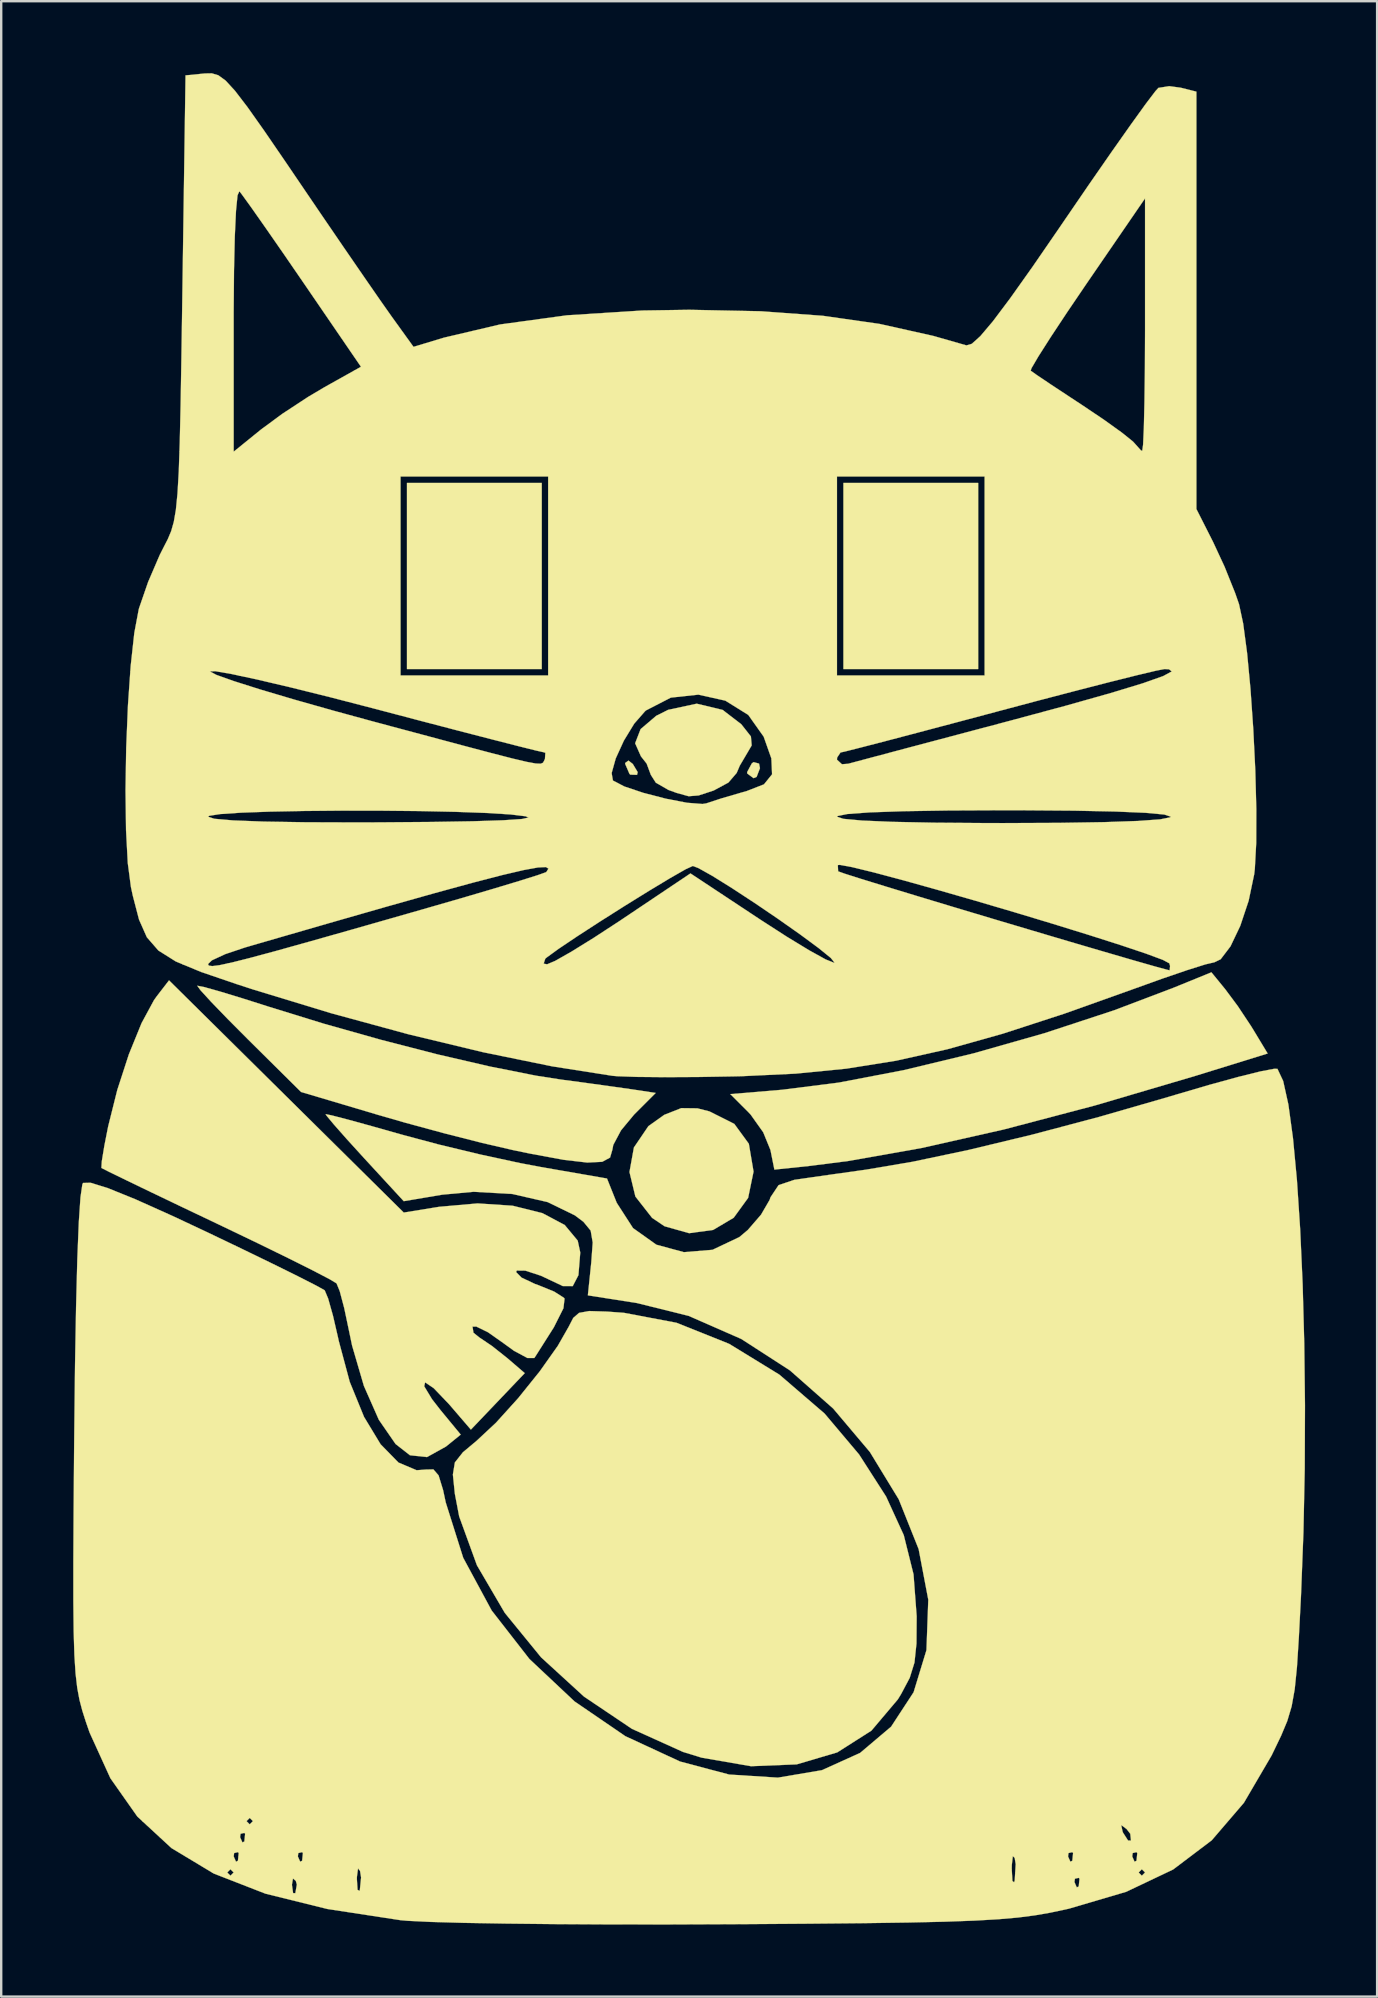
<source format=kicad_pcb>
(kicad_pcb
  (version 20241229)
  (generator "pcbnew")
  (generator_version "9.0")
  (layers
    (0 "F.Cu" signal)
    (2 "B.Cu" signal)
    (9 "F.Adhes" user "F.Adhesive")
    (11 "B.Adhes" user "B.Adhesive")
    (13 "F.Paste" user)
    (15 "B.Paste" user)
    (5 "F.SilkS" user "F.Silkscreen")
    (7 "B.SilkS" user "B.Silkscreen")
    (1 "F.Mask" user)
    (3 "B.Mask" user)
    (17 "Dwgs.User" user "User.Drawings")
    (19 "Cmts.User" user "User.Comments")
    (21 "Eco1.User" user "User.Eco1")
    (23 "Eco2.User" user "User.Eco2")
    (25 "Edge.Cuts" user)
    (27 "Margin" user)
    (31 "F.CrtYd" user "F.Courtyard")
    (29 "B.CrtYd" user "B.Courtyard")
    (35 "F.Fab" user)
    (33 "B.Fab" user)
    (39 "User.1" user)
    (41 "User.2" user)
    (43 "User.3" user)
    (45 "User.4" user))
  (footprint "pawprint"
    (layer "F.Cu")
    (at 25.667 38.457)
    (property "Reference" "pawprint" (at 0 0 0) (layer "F.SilkS") (effects (font (size 1.524 1.524) (thickness 0.3))))
    (attr through_hole)
    (fp_poly (pts (xy -6.149 -13.636) (xy -11.764 -13.636) (xy -11.764 -21.389) (xy -6.149 -21.389) (xy -6.149 -13.636)) (stroke (width 0.01) (type solid)) (fill yes) (layer "F.SilkS"))
    (fp_poly (pts (xy 12.032 -13.636) (xy 6.417 -13.636) (xy 6.417 -21.389) (xy 12.032 -21.389) (xy 12.032 -13.636)) (stroke (width 0.01) (type solid)) (fill yes) (layer "F.SilkS"))
    (fp_poly (pts (xy -2.357 -9.683) (xy -2.153 -9.343) (xy -2.179 -9.229) (xy -2.458 -9.237) (xy -2.495 -9.269) (xy -2.672 -9.68) (xy -2.674 -9.723) (xy -2.538 -9.823) (xy -2.357 -9.683)) (stroke (width 0.01) (type solid)) (fill yes) (layer "F.SilkS"))
    (fp_poly (pts (xy 2.903 -9.698) (xy 2.941 -9.507) (xy 2.801 -9.142) (xy 2.674 -9.091) (xy 2.414 -9.282) (xy 2.406 -9.342) (xy 2.601 -9.704) (xy 2.674 -9.759) (xy 2.903 -9.698)) (stroke (width 0.01) (type solid)) (fill yes) (layer "F.SilkS"))
    (fp_poly (pts (xy 0.333 4.663) (xy 0.836 4.791) (xy 1.873 5.312) (xy 2.478 6.14) (xy 2.674 7.299) (xy 2.448 8.393) (xy 1.848 9.22) (xy 0.99 9.729) (xy -0.009 9.865) (xy -1.033 9.576) (xy -1.552 9.227) (xy -2.248 8.338) (xy -2.495 7.316) (xy -2.31 6.294) (xy -1.707 5.405) (xy -1.047 4.935) (xy -0.338 4.655) (xy 0.333 4.663)) (stroke (width 0.01) (type solid)) (fill yes) (layer "F.SilkS"))
    (fp_poly (pts (xy 1.386 -11.934) (xy 2.163 -11.337) (xy 2.564 -10.828) (xy 2.596 -10.455) (xy 2.456 -10.215) (xy 2.1 -9.611) (xy 1.971 -9.308) (xy 1.627 -8.908) (xy 1.012 -8.576) (xy 1.003 -8.573) (xy 0.386 -8.371) (xy -0.03 -8.338) (xy -0.53 -8.476) (xy -0.869 -8.599) (xy -1.397 -8.902) (xy -1.604 -9.227) (xy -1.779 -9.696) (xy -2.018 -10.001) (xy -2.259 -10.544) (xy -2.031 -11.134) (xy -1.381 -11.688) (xy -0.887 -11.936) (xy 0.307 -12.193) (xy 1.386 -11.934)) (stroke (width 0.01) (type solid)) (fill yes) (layer "F.SilkS"))
    (fp_poly (pts (xy 22.321 -0.301) (xy 22.845 0.403) (xy 23.399 1.238) (xy 23.493 1.39) (xy 24.09 2.379) (xy 21.069 3.314) (xy 16.913 4.539) (xy 13.098 5.544) (xy 9.659 6.319) (xy 6.633 6.855) (xy 5.046 7.058) (xy 3.542 7.216) (xy 3.378 6.398) (xy 3.076 5.66) (xy 2.549 4.919) (xy 2.46 4.825) (xy 1.706 4.071) (xy 3.861 3.89) (xy 6.224 3.591) (xy 8.924 3.074) (xy 11.827 2.376) (xy 14.797 1.532) (xy 17.7 0.577) (xy 20.165 -0.358) (xy 21.747 -1.003) (xy 22.321 -0.301)) (stroke (width 0.01) (type solid)) (fill yes) (layer "F.SilkS"))
    (fp_poly (pts (xy -20.234 -0.394) (xy -19.564 -0.207) (xy -18.592 0.089) (xy -17.501 0.436) (xy -15.216 1.141) (xy -12.834 1.812) (xy -10.483 2.418) (xy -8.291 2.925) (xy -6.387 3.303) (xy -5.347 3.465) (xy -4.186 3.621) (xy -3.13 3.767) (xy -2.366 3.876) (xy -2.239 3.895) (xy -1.402 4.022) (xy -2.305 4.926) (xy -2.846 5.579) (xy -3.169 6.186) (xy -3.208 6.39) (xy -3.303 6.714) (xy -3.63 6.891) (xy -4.253 6.922) (xy -5.236 6.808) (xy -6.644 6.548) (xy -7.353 6.401) (xy -8.626 6.106) (xy -10.188 5.709) (xy -11.818 5.267) (xy -12.967 4.936) (xy -16.176 3.982) (xy -18.373 1.805) (xy -19.23 0.944) (xy -19.919 0.231) (xy -20.365 -0.257) (xy -20.5 -0.444) (xy -20.234 -0.394)) (stroke (width 0.01) (type solid)) (fill yes) (layer "F.SilkS"))
    (fp_poly (pts (xy -3.438 13.13) (xy -2.726 13.182) (xy -0.532 13.597) (xy 1.661 14.476) (xy 3.75 15.757) (xy 5.633 17.378) (xy 7.071 19.083) (xy 8.195 20.834) (xy 8.932 22.444) (xy 9.338 24.074) (xy 9.469 25.821) (xy 9.461 26.957) (xy 9.378 27.75) (xy 9.179 28.389) (xy 8.82 29.065) (xy 8.685 29.285) (xy 7.584 30.587) (xy 6.161 31.493) (xy 4.472 31.992) (xy 2.569 32.069) (xy 0.508 31.712) (xy -0.267 31.473) (xy -2.393 30.512) (xy -4.387 29.171) (xy -6.177 27.533) (xy -7.689 25.681) (xy -8.85 23.697) (xy -9.589 21.664) (xy -9.769 20.72) (xy -9.851 19.919) (xy -9.769 19.416) (xy -9.434 18.991) (xy -8.864 18.514) (xy -8.052 17.756) (xy -7.132 16.738) (xy -6.232 15.619) (xy -5.481 14.558) (xy -5.03 13.767) (xy -4.837 13.393) (xy -4.596 13.184) (xy -4.174 13.108) (xy -3.438 13.13)) (stroke (width 0.01) (type solid)) (fill yes) (layer "F.SilkS"))
    (fp_poly (pts (xy -16.787 4.168) (xy -11.898 9.005) (xy -10.427 8.766) (xy -8.821 8.624) (xy -7.359 8.721) (xy -6.123 9.029) (xy -5.193 9.522) (xy -4.651 10.175) (xy -4.545 10.669) (xy -4.621 11.613) (xy -4.858 12.069) (xy -5.274 12.067) (xy -5.356 12.027) (xy -6.178 11.639) (xy -6.83 11.425) (xy -7.187 11.421) (xy -7.219 11.483) (xy -6.991 11.715) (xy -6.429 11.98) (xy -6.287 12.03) (xy -5.63 12.298) (xy -5.226 12.556) (xy -5.199 12.591) (xy -5.246 12.992) (xy -5.645 13.785) (xy -6.398 14.974) (xy -6.459 15.064) (xy -6.749 15.063) (xy -7.309 14.762) (xy -7.741 14.448) (xy -8.391 13.99) (xy -8.875 13.754) (xy -9.034 13.757) (xy -8.993 14.013) (xy -8.753 14.205) (xy -8.226 14.56) (xy -7.596 15.06) (xy -7.571 15.08) (xy -6.857 15.694) (xy -7.979 16.871) (xy -9.101 18.047) (xy -10.015 16.984) (xy -10.653 16.318) (xy -11.009 16.079) (xy -11.045 16.242) (xy -10.722 16.777) (xy -10.37 17.23) (xy -9.525 18.255) (xy -10.14 18.753) (xy -10.93 19.191) (xy -11.64 19.115) (xy -12.239 18.646) (xy -12.936 17.637) (xy -13.558 16.227) (xy -14.05 14.546) (xy -14.184 13.903) (xy -14.378 12.983) (xy -14.565 12.278) (xy -14.697 11.956) (xy -14.986 11.781) (xy -15.682 11.418) (xy -16.709 10.904) (xy -17.989 10.278) (xy -19.447 9.578) (xy -19.656 9.478) (xy -21.12 8.781) (xy -22.409 8.164) (xy -23.449 7.662) (xy -24.166 7.313) (xy -24.484 7.151) (xy -24.493 7.145) (xy -24.477 6.872) (xy -24.37 6.221) (xy -24.211 5.415) (xy -23.831 3.896) (xy -23.348 2.411) (xy -22.82 1.114) (xy -22.303 0.158) (xy -22.191 0) (xy -21.676 -0.668) (xy -16.787 4.168)) (stroke (width 0.01) (type solid)) (fill yes) (layer "F.SilkS"))
    (fp_poly (pts (xy 24.499 3.02) (xy 24.737 3.526) (xy 24.954 4.507) (xy 25.145 5.903) (xy 25.31 7.655) (xy 25.445 9.704) (xy 25.548 11.99) (xy 25.615 14.454) (xy 25.645 17.036) (xy 25.635 19.677) (xy 25.581 22.318) (xy 25.482 24.899) (xy 25.476 25.031) (xy 25.39 26.699) (xy 25.311 27.941) (xy 25.217 28.864) (xy 25.089 29.577) (xy 24.907 30.187) (xy 24.65 30.801) (xy 24.299 31.529) (xy 24.25 31.629) (xy 23.1 33.594) (xy 21.761 35.155) (xy 20.153 36.371) (xy 18.199 37.3) (xy 15.82 38.001) (xy 15.654 38.039) (xy 15.024 38.172) (xy 14.39 38.282) (xy 13.692 38.372) (xy 12.875 38.444) (xy 11.88 38.501) (xy 10.649 38.546) (xy 9.126 38.58) (xy 7.252 38.607) (xy 4.97 38.629) (xy 2.223 38.648) (xy 1.604 38.651) (xy -0.924 38.661) (xy -3.358 38.659) (xy -5.628 38.646) (xy -7.669 38.624) (xy -9.412 38.594) (xy -10.79 38.555) (xy -11.735 38.509) (xy -12.032 38.483) (xy -15.082 38.016) (xy -17.661 37.378) (xy -18.611 37.008) (xy -16.556 37.008) (xy -16.507 37.355) (xy -16.415 37.359) (xy -16.351 37.001) (xy -16.394 36.847) (xy -16.492 36.763) (xy -13.851 36.763) (xy -13.822 37.22) (xy -13.738 37.26) (xy -13.728 37.236) (xy -13.675 36.705) (xy -13.718 36.434) (xy -13.774 36.362) (xy 13.43 36.362) (xy 13.458 36.849) (xy 13.528 36.906) (xy 13.531 36.897) (xy 16.042 36.897) (xy 16.14 37.117) (xy 16.22 37.075) (xy 16.252 36.758) (xy 16.22 36.719) (xy 16.061 36.755) (xy 16.042 36.897) (xy 13.531 36.897) (xy 13.553 36.83) (xy 13.573 36.496) (xy 18.716 36.496) (xy 18.849 36.629) (xy 18.983 36.496) (xy 18.849 36.362) (xy 18.716 36.496) (xy 13.573 36.496) (xy 13.594 36.152) (xy 13.553 35.894) (xy 13.49 35.827) (xy 15.775 35.827) (xy 15.873 36.047) (xy 15.953 36.006) (xy 15.971 35.827) (xy 18.448 35.827) (xy 18.546 36.047) (xy 18.627 36.006) (xy 18.659 35.688) (xy 18.627 35.649) (xy 18.468 35.686) (xy 18.448 35.827) (xy 15.971 35.827) (xy 15.985 35.688) (xy 15.953 35.649) (xy 15.794 35.686) (xy 15.775 35.827) (xy 13.49 35.827) (xy 13.475 35.811) (xy 13.433 36.181) (xy 13.43 36.362) (xy -13.774 36.362) (xy -13.803 36.325) (xy -13.849 36.68) (xy -13.851 36.763) (xy -16.492 36.763) (xy -16.513 36.745) (xy -16.556 37.008) (xy -18.611 37.008) (xy -19.811 36.541) (xy -19.886 36.496) (xy -19.251 36.496) (xy -19.117 36.629) (xy -18.983 36.496) (xy -19.117 36.362) (xy -19.251 36.496) (xy -19.886 36.496) (xy -20.997 35.827) (xy -18.983 35.827) (xy -18.885 36.047) (xy -18.805 36.006) (xy -18.787 35.827) (xy -16.309 35.827) (xy -16.212 36.047) (xy -16.131 36.006) (xy -16.099 35.688) (xy -16.131 35.649) (xy -16.29 35.686) (xy -16.309 35.827) (xy -18.787 35.827) (xy -18.773 35.688) (xy -18.805 35.649) (xy -18.964 35.686) (xy -18.983 35.827) (xy -20.997 35.827) (xy -21.575 35.479) (xy -22.066 35.025) (xy -18.716 35.025) (xy -18.618 35.245) (xy -18.538 35.204) (xy -18.506 34.886) (xy -18.538 34.847) (xy -18.696 34.884) (xy -18.716 35.025) (xy -22.066 35.025) (xy -22.615 34.518) (xy 17.989 34.518) (xy 18.046 34.786) (xy 18.065 34.836) (xy 18.276 35.164) (xy 18.397 35.166) (xy 18.367 34.883) (xy 18.214 34.687) (xy 17.989 34.518) (xy -22.615 34.518) (xy -22.789 34.357) (xy -18.448 34.357) (xy -18.315 34.491) (xy -18.181 34.357) (xy -18.315 34.223) (xy -18.448 34.357) (xy -22.789 34.357) (xy -22.997 34.164) (xy -24.119 32.569) (xy -24.985 30.667) (xy -25.141 30.217) (xy -25.288 29.756) (xy -25.406 29.306) (xy -25.499 28.81) (xy -25.569 28.208) (xy -25.618 27.443) (xy -25.648 26.454) (xy -25.662 25.182) (xy -25.662 23.571) (xy -25.651 21.559) (xy -25.632 19.089) (xy -25.624 18.266) (xy -25.592 15.384) (xy -25.548 12.934) (xy -25.496 10.934) (xy -25.434 9.405) (xy -25.364 8.365) (xy -25.287 7.834) (xy -25.258 7.772) (xy -24.941 7.764) (xy -24.223 7.987) (xy -23.085 8.448) (xy -21.508 9.156) (xy -20.178 9.78) (xy -18.698 10.488) (xy -17.384 11.126) (xy -16.313 11.655) (xy -15.561 12.038) (xy -15.204 12.236) (xy -15.189 12.248) (xy -15.048 12.585) (xy -14.847 13.298) (xy -14.629 14.241) (xy -14.609 14.338) (xy -14.148 16.057) (xy -13.552 17.517) (xy -12.862 18.658) (xy -12.118 19.419) (xy -11.362 19.739) (xy -10.975 19.711) (xy -10.663 19.704) (xy -10.447 19.953) (xy -10.259 20.566) (xy -10.148 21.084) (xy -9.421 23.387) (xy -8.235 25.583) (xy -6.664 27.601) (xy -4.783 29.37) (xy -2.666 30.818) (xy -0.387 31.874) (xy 1.656 32.416) (xy 3.687 32.545) (xy 5.523 32.234) (xy 7.113 31.515) (xy 8.404 30.422) (xy 9.341 28.989) (xy 9.872 27.249) (xy 9.877 27.222) (xy 9.953 25.134) (xy 9.551 23.024) (xy 8.723 20.952) (xy 7.52 18.98) (xy 5.991 17.169) (xy 4.189 15.58) (xy 2.165 14.272) (xy -0.032 13.309) (xy -2.181 12.775) (xy -4.228 12.454) (xy -4.086 11.081) (xy -4.026 10.253) (xy -4.111 9.757) (xy -4.411 9.392) (xy -4.77 9.121) (xy -5.907 8.568) (xy -7.37 8.232) (xy -8.989 8.14) (xy -10.294 8.26) (xy -11.898 8.531) (xy -13.548 6.74) (xy -14.266 5.951) (xy -14.815 5.329) (xy -15.118 4.964) (xy -15.152 4.905) (xy -14.893 4.958) (xy -14.223 5.132) (xy -13.241 5.402) (xy -12.05 5.739) (xy -12.032 5.744) (xy -10.454 6.167) (xy -8.706 6.587) (xy -7.048 6.945) (xy -6.194 7.107) (xy -3.431 7.587) (xy -3.025 8.601) (xy -2.348 9.651) (xy -1.375 10.344) (xy -0.229 10.655) (xy 0.964 10.557) (xy 2.082 10.027) (xy 2.436 9.73) (xy 2.986 9.093) (xy 3.343 8.479) (xy 3.379 8.37) (xy 3.716 7.864) (xy 4.372 7.642) (xy 5.044 7.545) (xy 6.046 7.402) (xy 7.179 7.243) (xy 7.353 7.219) (xy 9.297 6.889) (xy 11.634 6.396) (xy 14.26 5.765) (xy 17.068 5.021) (xy 19.951 4.189) (xy 20.258 4.097) (xy 21.651 3.688) (xy 22.86 3.356) (xy 23.795 3.124) (xy 24.367 3.015) (xy 24.499 3.02)) (stroke (width 0.01) (type solid)) (fill yes) (layer "F.SilkS"))
    (fp_poly (pts (xy -19.621 -38.371) (xy -19.315 -38.147) (xy -18.928 -37.725) (xy -18.409 -37.048) (xy -17.711 -36.061) (xy -16.785 -34.709) (xy -16.328 -34.035) (xy -15.336 -32.575) (xy -14.384 -31.182) (xy -13.536 -29.949) (xy -12.856 -28.967) (xy -12.407 -28.329) (xy -12.387 -28.301) (xy -11.491 -27.058) (xy -10.224 -27.441) (xy -7.881 -27.992) (xy -5.102 -28.372) (xy -1.96 -28.572) (xy 0 -28.602) (xy 2.977 -28.541) (xy 5.569 -28.351) (xy 7.918 -28.015) (xy 10.161 -27.514) (xy 11.542 -27.119) (xy 11.765 -27.184) (xy 12.122 -27.505) (xy 12.643 -28.121) (xy 13.356 -29.07) (xy 14.294 -30.391) (xy 15.484 -32.121) (xy 15.625 -32.328) (xy 16.651 -33.827) (xy 17.588 -35.178) (xy 18.391 -36.317) (xy 19.015 -37.183) (xy 19.416 -37.711) (xy 19.539 -37.846) (xy 19.991 -37.918) (xy 20.469 -37.853) (xy 21.122 -37.689) (xy 21.122 -20.302) (xy 21.815 -18.934) (xy 22.297 -17.896) (xy 22.735 -16.805) (xy 22.898 -16.336) (xy 23.071 -15.528) (xy 23.233 -14.31) (xy 23.375 -12.804) (xy 23.491 -11.136) (xy 23.575 -9.429) (xy 23.618 -7.807) (xy 23.614 -6.395) (xy 23.556 -5.315) (xy 23.53 -5.088) (xy 23.298 -3.983) (xy 22.95 -2.94) (xy 22.543 -2.086) (xy 22.133 -1.547) (xy 21.875 -1.422) (xy 21.496 -1.333) (xy 20.731 -1.092) (xy 19.693 -0.737) (xy 18.582 -0.337) (xy 15.63 0.716) (xy 13.053 1.555) (xy 10.748 2.202) (xy 8.612 2.679) (xy 6.54 3.01) (xy 4.431 3.218) (xy 2.179 3.325) (xy 1.872 3.332) (xy 0.357 3.358) (xy -1.039 3.365) (xy -2.196 3.354) (xy -2.995 3.326) (xy -3.208 3.308) (xy -5.715 2.914) (xy -8.586 2.327) (xy -11.7 1.579) (xy -14.934 0.698) (xy -18.167 -0.286) (xy -18.849 -0.508) (xy -20.334 -1.015) (xy -21.131 -1.346) (xy -20.053 -1.346) (xy -20.016 -1.282) (xy -19.872 -1.262) (xy -19.572 -1.3) (xy -19.276 -1.364) (xy -6.07 -1.364) (xy -5.927 -1.337) (xy -5.59 -1.479) (xy -4.908 -1.867) (xy -3.978 -2.443) (xy -2.894 -3.15) (xy -2.776 -3.23) (xy 0.046 -5.123) (xy 2.969 -3.19) (xy 4.064 -2.484) (xy 4.997 -1.917) (xy 5.678 -1.54) (xy 6.023 -1.403) (xy 6.044 -1.409) (xy 5.893 -1.6) (xy 5.388 -2.01) (xy 4.626 -2.573) (xy 3.705 -3.222) (xy 2.722 -3.89) (xy 1.774 -4.511) (xy 0.96 -5.018) (xy 0.377 -5.345) (xy 0.143 -5.433) (xy -0.157 -5.295) (xy -0.798 -4.929) (xy -1.676 -4.4) (xy -2.685 -3.775) (xy -3.721 -3.119) (xy -4.678 -2.498) (xy -5.451 -1.979) (xy -5.936 -1.626) (xy -6.002 -1.57) (xy -6.07 -1.364) (xy -19.276 -1.364) (xy -19.066 -1.409) (xy -18.305 -1.601) (xy -17.239 -1.888) (xy -15.82 -2.284) (xy -13.997 -2.8) (xy -11.722 -3.45) (xy -11.125 -3.621) (xy -9.567 -4.07) (xy -8.192 -4.475) (xy -7.081 -4.81) (xy -6.314 -5.051) (xy -5.97 -5.174) (xy -5.96 -5.18) (xy -5.87 -5.321) (xy -5.974 -5.387) (xy -6.306 -5.371) (xy -6.9 -5.263) (xy -7.792 -5.055) (xy -9.016 -4.738) (xy -10.607 -4.303) (xy -12.6 -3.742) (xy -15.029 -3.046) (xy -17.929 -2.207) (xy -18.515 -2.036) (xy -19.33 -1.762) (xy -19.888 -1.504) (xy -20.053 -1.346) (xy -21.131 -1.346) (xy -21.394 -1.455) (xy -22.119 -1.911) (xy -22.6 -2.464) (xy -22.925 -3.197) (xy -23.184 -4.191) (xy -23.263 -4.556) (xy -23.383 -5.471) (xy 6.184 -5.471) (xy 6.198 -5.21) (xy 6.199 -5.209) (xy 6.467 -5.113) (xy 7.166 -4.891) (xy 8.215 -4.568) (xy 9.532 -4.167) (xy 11.036 -3.713) (xy 12.645 -3.231) (xy 14.277 -2.745) (xy 15.851 -2.278) (xy 17.286 -1.857) (xy 18.498 -1.504) (xy 19.408 -1.244) (xy 19.933 -1.102) (xy 20.008 -1.086) (xy 20.025 -1.268) (xy 19.994 -1.378) (xy 19.726 -1.521) (xy 19.025 -1.781) (xy 17.973 -2.134) (xy 16.654 -2.555) (xy 15.148 -3.021) (xy 13.538 -3.507) (xy 11.906 -3.988) (xy 10.332 -4.44) (xy 8.9 -4.84) (xy 7.692 -5.162) (xy 6.788 -5.383) (xy 6.272 -5.478) (xy 6.184 -5.471) (xy -23.383 -5.471) (xy -23.394 -5.548) (xy -23.467 -6.932) (xy -23.474 -7.486) (xy -20.053 -7.486) (xy -19.789 -7.399) (xy -19.009 -7.331) (xy -17.732 -7.282) (xy -15.976 -7.254) (xy -13.76 -7.247) (xy -12.901 -7.25) (xy -10.733 -7.267) (xy -9.009 -7.296) (xy -7.75 -7.337) (xy -6.973 -7.389) (xy -6.698 -7.452) (xy -6.781 -7.486) (xy 6.149 -7.486) (xy 6.413 -7.397) (xy 7.19 -7.325) (xy 8.457 -7.271) (xy 10.195 -7.236) (xy 12.38 -7.22) (xy 13.101 -7.219) (xy 15.413 -7.229) (xy 17.284 -7.259) (xy 18.691 -7.308) (xy 19.614 -7.375) (xy 20.03 -7.459) (xy 20.053 -7.486) (xy 19.789 -7.575) (xy 19.012 -7.647) (xy 17.745 -7.701) (xy 16.008 -7.737) (xy 13.822 -7.753) (xy 13.101 -7.754) (xy 10.789 -7.744) (xy 8.918 -7.714) (xy 7.511 -7.665) (xy 6.588 -7.598) (xy 6.172 -7.514) (xy 6.149 -7.486) (xy -6.781 -7.486) (xy -6.818 -7.502) (xy -7.447 -7.579) (xy -8.452 -7.641) (xy -9.745 -7.688) (xy -11.239 -7.72) (xy -12.846 -7.736) (xy -14.481 -7.738) (xy -16.054 -7.724) (xy -17.48 -7.696) (xy -18.672 -7.653) (xy -19.541 -7.595) (xy -20.002 -7.523) (xy -20.053 -7.486) (xy -23.474 -7.486) (xy -23.488 -8.577) (xy -23.477 -9.301) (xy -3.238 -9.301) (xy -3.184 -8.992) (xy -2.706 -8.743) (xy -1.908 -8.476) (xy -0.977 -8.235) (xy -0.097 -8.066) (xy 0.545 -8.015) (xy 0.702 -8.04) (xy 1.326 -8.245) (xy 2.162 -8.489) (xy 2.373 -8.547) (xy 3.108 -8.833) (xy 3.445 -9.251) (xy 3.419 -9.861) (xy 6.149 -9.861) (xy 6.356 -9.671) (xy 6.617 -9.691) (xy 6.999 -9.793) (xy 7.82 -10.012) (xy 9.003 -10.327) (xy 10.471 -10.716) (xy 12.147 -11.161) (xy 13.368 -11.485) (xy 15.72 -12.119) (xy 17.559 -12.638) (xy 18.896 -13.045) (xy 19.738 -13.343) (xy 20.096 -13.537) (xy 19.979 -13.627) (xy 19.795 -13.636) (xy 19.445 -13.569) (xy 18.654 -13.381) (xy 17.494 -13.091) (xy 16.041 -12.717) (xy 14.368 -12.279) (xy 12.937 -11.898) (xy 11.157 -11.423) (xy 9.552 -10.998) (xy 8.193 -10.64) (xy 7.15 -10.37) (xy 6.495 -10.204) (xy 6.297 -10.16) (xy 6.156 -9.95) (xy 6.149 -9.861) (xy 3.419 -9.861) (xy 3.417 -9.909) (xy 3.096 -10.819) (xy 2.453 -11.726) (xy 1.498 -12.32) (xy 0.376 -12.57) (xy -0.771 -12.446) (xy -1.8 -11.917) (xy -1.846 -11.878) (xy -2.297 -11.362) (xy -2.729 -10.653) (xy -3.067 -9.913) (xy -3.238 -9.301) (xy -23.477 -9.301) (xy -23.46 -10.351) (xy -23.387 -12.124) (xy -23.289 -13.537) (xy -19.975 -13.537) (xy -19.975 -13.536) (xy -19.701 -13.392) (xy -18.979 -13.135) (xy -17.878 -12.786) (xy -16.469 -12.368) (xy -14.82 -11.901) (xy -13.215 -11.463) (xy -11.125 -10.903) (xy -9.494 -10.466) (xy -8.263 -10.14) (xy -7.377 -9.912) (xy -6.775 -9.77) (xy -6.4 -9.701) (xy -6.194 -9.693) (xy -6.099 -9.732) (xy -6.057 -9.806) (xy -6.016 -9.893) (xy -5.999 -10.147) (xy -6.067 -10.17) (xy -6.373 -10.238) (xy -7.127 -10.426) (xy -8.257 -10.715) (xy -9.695 -11.087) (xy -11.371 -11.525) (xy -13.177 -12.001) (xy -14.996 -12.472) (xy -16.628 -12.877) (xy -18.008 -13.201) (xy -19.069 -13.429) (xy -19.747 -13.546) (xy -19.975 -13.537) (xy -23.289 -13.537) (xy -23.273 -13.764) (xy -23.122 -15.142) (xy -22.937 -16.126) (xy -22.923 -16.176) (xy -22.546 -17.266) (xy -22.063 -18.389) (xy -21.898 -18.716) (xy -21.726 -19.05) (xy -21.587 -19.38) (xy -21.477 -19.768) (xy -21.39 -20.271) (xy -21.323 -20.951) (xy -21.282 -21.657) (xy -12.032 -21.657) (xy -12.032 -13.368) (xy -5.882 -13.368) (xy -5.882 -21.657) (xy 6.149 -21.657) (xy 6.149 -13.368) (xy 12.299 -13.368) (xy 12.299 -21.657) (xy 6.149 -21.657) (xy -5.882 -21.657) (xy -12.032 -21.657) (xy -21.282 -21.657) (xy -21.27 -21.865) (xy -21.229 -23.074) (xy -21.193 -24.638) (xy -21.16 -26.615) (xy -21.135 -28.243) (xy -18.983 -28.243) (xy -18.983 -22.691) (xy -17.847 -23.612) (xy -16.956 -24.269) (xy -15.88 -24.975) (xy -15.195 -25.381) (xy -13.969 -26.067) (xy 14.217 -26.067) (xy 14.468 -25.889) (xy 15.061 -25.49) (xy 15.892 -24.942) (xy 16.347 -24.643) (xy 17.271 -24.022) (xy 18.02 -23.484) (xy 18.482 -23.112) (xy 18.566 -23.02) (xy 18.811 -22.746) (xy 18.865 -22.726) (xy 18.901 -22.98) (xy 18.933 -23.688) (xy 18.958 -24.769) (xy 18.976 -26.143) (xy 18.983 -27.729) (xy 18.983 -27.985) (xy 18.983 -33.243) (xy 16.553 -29.702) (xy 15.739 -28.502) (xy 15.053 -27.465) (xy 14.543 -26.665) (xy 14.258 -26.179) (xy 14.217 -26.067) (xy -13.969 -26.067) (xy -13.68 -26.228) (xy -16.095 -29.758) (xy -16.931 -30.975) (xy -17.673 -32.044) (xy -18.262 -32.882) (xy -18.642 -33.408) (xy -18.746 -33.541) (xy -18.822 -33.37) (xy -18.886 -32.723) (xy -18.936 -31.658) (xy -18.969 -30.233) (xy -18.983 -28.507) (xy -18.983 -28.243) (xy -21.135 -28.243) (xy -21.123 -29.066) (xy -21.122 -29.143) (xy -20.988 -38.367) (xy -20.18 -38.447) (xy -19.893 -38.452) (xy -19.621 -38.371)) (stroke (width 0.01) (type solid)) (fill yes) (layer "F.SilkS")))
  (gr_rect
    (start -3 -3)
    (end 54.317 80.123)
    (stroke (width 0.1) (type default))
    (fill no)
    (layer "Edge.Cuts")))
</source>
